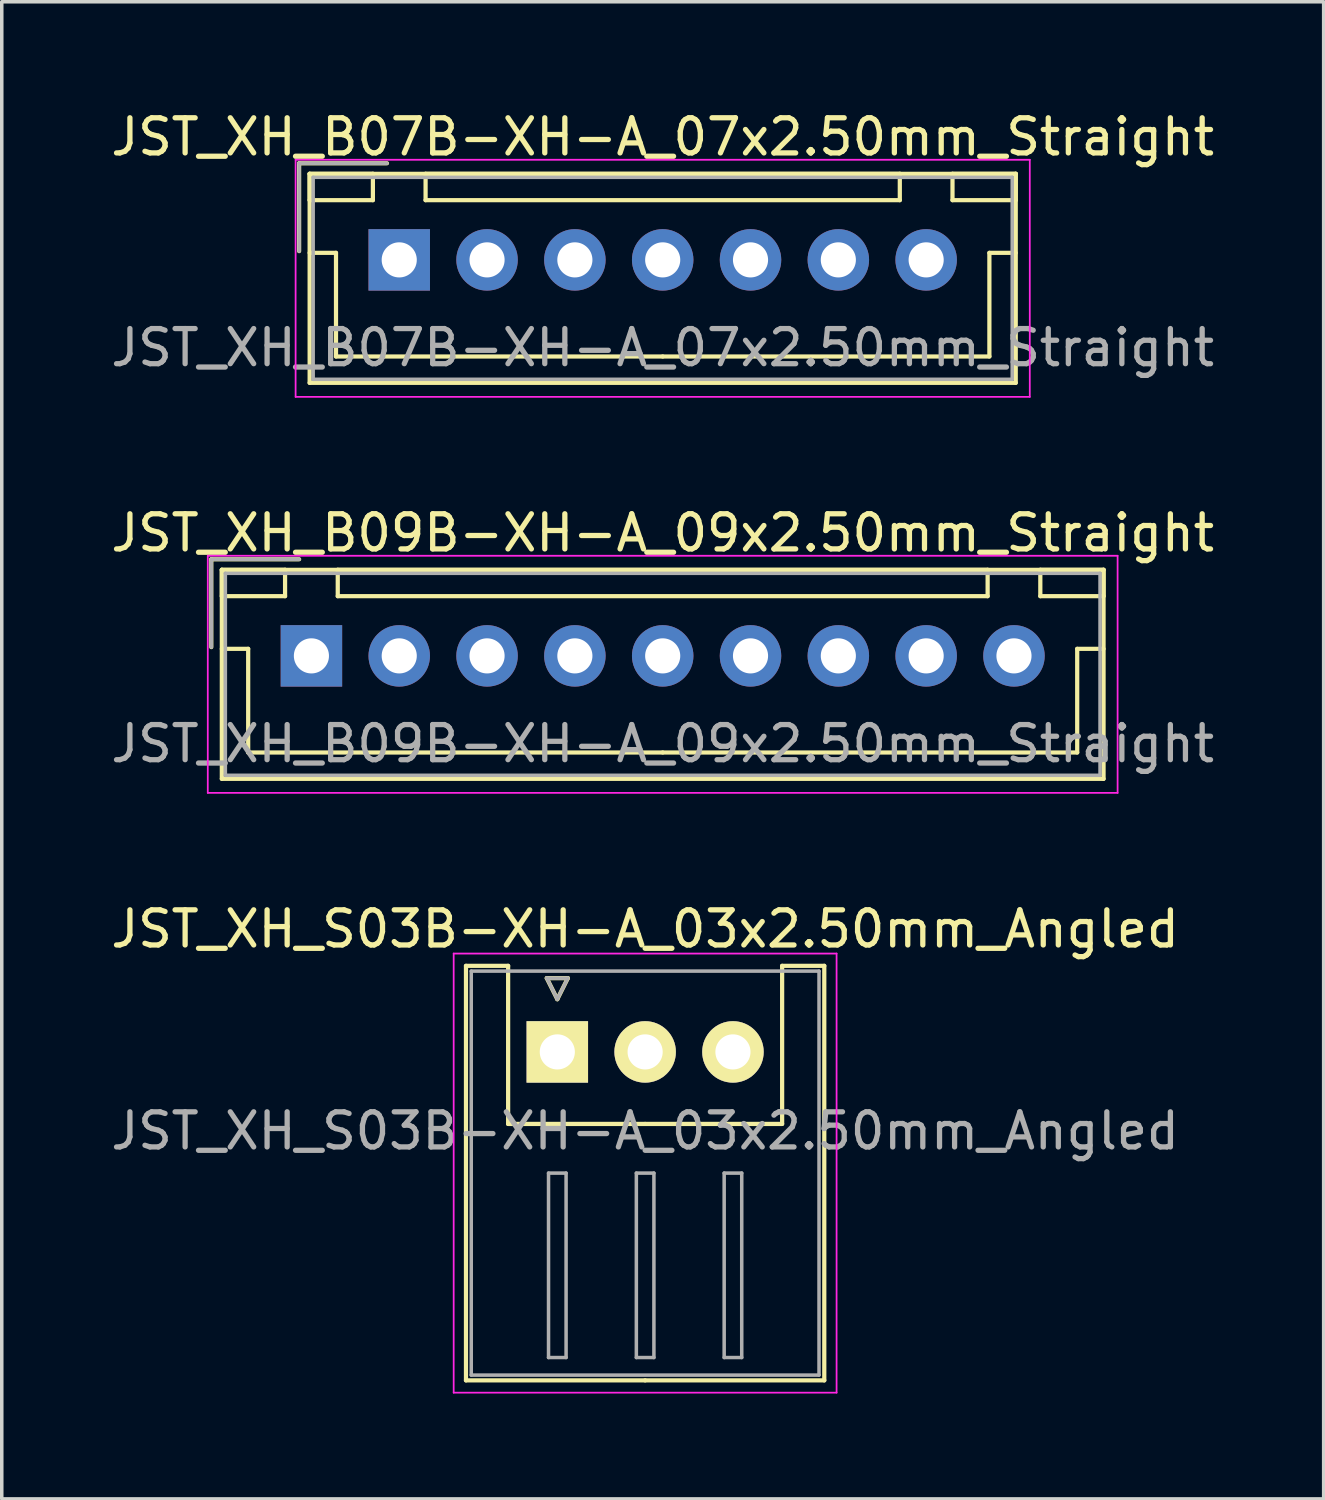
<source format=kicad_pcb>
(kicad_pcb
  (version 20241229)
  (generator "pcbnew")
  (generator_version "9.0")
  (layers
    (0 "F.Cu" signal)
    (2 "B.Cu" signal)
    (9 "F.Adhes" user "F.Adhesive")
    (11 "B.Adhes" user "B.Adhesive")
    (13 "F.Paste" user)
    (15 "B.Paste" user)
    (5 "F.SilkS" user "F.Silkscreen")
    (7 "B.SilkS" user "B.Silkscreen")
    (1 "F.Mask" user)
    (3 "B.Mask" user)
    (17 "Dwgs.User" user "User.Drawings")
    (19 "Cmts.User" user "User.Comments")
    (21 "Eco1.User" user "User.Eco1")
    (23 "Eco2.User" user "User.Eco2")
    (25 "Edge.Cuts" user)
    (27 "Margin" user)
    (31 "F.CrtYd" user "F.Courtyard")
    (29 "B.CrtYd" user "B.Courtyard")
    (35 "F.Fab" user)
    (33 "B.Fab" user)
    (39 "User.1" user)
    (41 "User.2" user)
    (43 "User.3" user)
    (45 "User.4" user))
  (footprint "JST_XH_S03B-XH-A_03x2.50mm_Angled"
    (layer "F.Cu")
    (at 12.815 26.895)
    (property "Reference" "JST_XH_S03B-XH-A_03x2.50mm_Angled" (at 2.5 -3.5 0) (layer "F.SilkS") (effects (font (size 1 1) (thickness 0.15))))
    (attr through_hole)
    (fp_line (start -2.6 -2.45) (end -1.4 -2.45) (stroke (width 0.12) (type solid)) (layer "F.SilkS"))
    (fp_line (start -2.6 9.35) (end -2.6 -2.45) (stroke (width 0.12) (type solid)) (layer "F.SilkS"))
    (fp_line (start -1.4 -2.45) (end -1.4 2.05) (stroke (width 0.12) (type solid)) (layer "F.SilkS"))
    (fp_line (start -1.4 2.05) (end 2.5 2.05) (stroke (width 0.12) (type solid)) (layer "F.SilkS"))
    (fp_line (start -0.3 -2.1) (end 0.3 -2.1) (stroke (width 0.12) (type solid)) (layer "F.SilkS"))
    (fp_line (start 0 -1.5) (end -0.3 -2.1) (stroke (width 0.12) (type solid)) (layer "F.SilkS"))
    (fp_line (start 0.3 -2.1) (end 0 -1.5) (stroke (width 0.12) (type solid)) (layer "F.SilkS"))
    (fp_line (start 2.5 9.35) (end -2.6 9.35) (stroke (width 0.12) (type solid)) (layer "F.SilkS"))
    (fp_line (start 2.5 9.35) (end 7.6 9.35) (stroke (width 0.12) (type solid)) (layer "F.SilkS"))
    (fp_line (start 6.4 -2.45) (end 6.4 2.05) (stroke (width 0.12) (type solid)) (layer "F.SilkS"))
    (fp_line (start 6.4 2.05) (end 2.5 2.05) (stroke (width 0.12) (type solid)) (layer "F.SilkS"))
    (fp_line (start 7.6 -2.45) (end 6.4 -2.45) (stroke (width 0.12) (type solid)) (layer "F.SilkS"))
    (fp_line (start 7.6 9.35) (end 7.6 -2.45) (stroke (width 0.12) (type solid)) (layer "F.SilkS"))
    (fp_line (start -2.95 -2.8) (end -2.95 9.7) (stroke (width 0.05) (type solid)) (layer "F.CrtYd"))
    (fp_line (start -2.95 9.7) (end 7.95 9.7) (stroke (width 0.05) (type solid)) (layer "F.CrtYd"))
    (fp_line (start 7.95 -2.8) (end -2.95 -2.8) (stroke (width 0.05) (type solid)) (layer "F.CrtYd"))
    (fp_line (start 7.95 9.7) (end 7.95 -2.8) (stroke (width 0.05) (type solid)) (layer "F.CrtYd"))
    (fp_line (start -2.45 -2.3) (end -2.45 9.2) (stroke (width 0.1) (type solid)) (layer "F.Fab"))
    (fp_line (start -2.45 9.2) (end 7.45 9.2) (stroke (width 0.1) (type solid)) (layer "F.Fab"))
    (fp_line (start -0.3 -2.1) (end 0.3 -2.1) (stroke (width 0.1) (type solid)) (layer "F.Fab"))
    (fp_line (start -0.25 3.45) (end -0.25 8.7) (stroke (width 0.1) (type solid)) (layer "F.Fab"))
    (fp_line (start -0.25 8.7) (end 0.25 8.7) (stroke (width 0.1) (type solid)) (layer "F.Fab"))
    (fp_line (start 0 -1.5) (end -0.3 -2.1) (stroke (width 0.1) (type solid)) (layer "F.Fab"))
    (fp_line (start 0.25 3.45) (end -0.25 3.45) (stroke (width 0.1) (type solid)) (layer "F.Fab"))
    (fp_line (start 0.25 8.7) (end 0.25 3.45) (stroke (width 0.1) (type solid)) (layer "F.Fab"))
    (fp_line (start 0.3 -2.1) (end 0 -1.5) (stroke (width 0.1) (type solid)) (layer "F.Fab"))
    (fp_line (start 2.25 3.45) (end 2.25 8.7) (stroke (width 0.1) (type solid)) (layer "F.Fab"))
    (fp_line (start 2.25 8.7) (end 2.75 8.7) (stroke (width 0.1) (type solid)) (layer "F.Fab"))
    (fp_line (start 2.75 3.45) (end 2.25 3.45) (stroke (width 0.1) (type solid)) (layer "F.Fab"))
    (fp_line (start 2.75 8.7) (end 2.75 3.45) (stroke (width 0.1) (type solid)) (layer "F.Fab"))
    (fp_line (start 4.75 3.45) (end 4.75 8.7) (stroke (width 0.1) (type solid)) (layer "F.Fab"))
    (fp_line (start 4.75 8.7) (end 5.25 8.7) (stroke (width 0.1) (type solid)) (layer "F.Fab"))
    (fp_line (start 5.25 3.45) (end 4.75 3.45) (stroke (width 0.1) (type solid)) (layer "F.Fab"))
    (fp_line (start 5.25 8.7) (end 5.25 3.45) (stroke (width 0.1) (type solid)) (layer "F.Fab"))
    (fp_line (start 7.45 -2.3) (end -2.45 -2.3) (stroke (width 0.1) (type solid)) (layer "F.Fab"))
    (fp_line (start 7.45 9.2) (end 7.45 -2.3) (stroke (width 0.1) (type solid)) (layer "F.Fab"))
    (fp_text user "${REFERENCE}" (at 2.5 2.25 0) (layer "F.Fab") (effects (font (size 1 1) (thickness 0.15))))
    (pad "1" thru_hole rect (at 0 0) (size 1.75 1.75) (drill 1) (layers "*.Cu" "*.Mask" "F.SilkS"))
    (pad "2" thru_hole circle (at 2.5 0) (size 1.75 1.75) (drill 1) (layers "*.Cu" "*.Mask" "F.SilkS"))
    (pad "3" thru_hole circle (at 5 0) (size 1.75 1.75) (drill 1) (layers "*.Cu" "*.Mask" "F.SilkS")))
  (footprint "JST_XH_B09B-XH-A_09x2.50mm_Straight"
    (layer "F.Cu")
    (at 5.815 15.621)
    (property "Reference" "JST_XH_B09B-XH-A_09x2.50mm_Straight" (at 10 -3.5 0) (layer "F.SilkS") (effects (font (size 1 1) (thickness 0.15))))
    (attr through_hole)
    (fp_line (start -2.85 -2.75) (end -2.85 -0.25) (stroke (width 0.12) (type solid)) (layer "F.SilkS"))
    (fp_line (start -2.55 -2.45) (end -2.55 -1.7) (stroke (width 0.12) (type solid)) (layer "F.SilkS"))
    (fp_line (start -2.55 -2.45) (end -2.55 3.5) (stroke (width 0.12) (type solid)) (layer "F.SilkS"))
    (fp_line (start -2.55 -1.7) (end -0.75 -1.7) (stroke (width 0.12) (type solid)) (layer "F.SilkS"))
    (fp_line (start -2.55 -0.2) (end -1.8 -0.2) (stroke (width 0.12) (type solid)) (layer "F.SilkS"))
    (fp_line (start -2.55 3.5) (end 22.55 3.5) (stroke (width 0.12) (type solid)) (layer "F.SilkS"))
    (fp_line (start -1.8 -0.2) (end -1.8 2.75) (stroke (width 0.12) (type solid)) (layer "F.SilkS"))
    (fp_line (start -1.8 2.75) (end 10 2.75) (stroke (width 0.12) (type solid)) (layer "F.SilkS"))
    (fp_line (start -0.75 -2.45) (end -2.55 -2.45) (stroke (width 0.12) (type solid)) (layer "F.SilkS"))
    (fp_line (start -0.75 -1.7) (end -0.75 -2.45) (stroke (width 0.12) (type solid)) (layer "F.SilkS"))
    (fp_line (start -0.35 -2.75) (end -2.85 -2.75) (stroke (width 0.12) (type solid)) (layer "F.SilkS"))
    (fp_line (start 0.75 -2.45) (end 0.75 -1.7) (stroke (width 0.12) (type solid)) (layer "F.SilkS"))
    (fp_line (start 0.75 -1.7) (end 19.25 -1.7) (stroke (width 0.12) (type solid)) (layer "F.SilkS"))
    (fp_line (start 19.25 -2.45) (end 0.75 -2.45) (stroke (width 0.12) (type solid)) (layer "F.SilkS"))
    (fp_line (start 19.25 -1.7) (end 19.25 -2.45) (stroke (width 0.12) (type solid)) (layer "F.SilkS"))
    (fp_line (start 20.75 -2.45) (end 20.75 -1.7) (stroke (width 0.12) (type solid)) (layer "F.SilkS"))
    (fp_line (start 20.75 -1.7) (end 22.55 -1.7) (stroke (width 0.12) (type solid)) (layer "F.SilkS"))
    (fp_line (start 21.8 -0.2) (end 21.8 2.75) (stroke (width 0.12) (type solid)) (layer "F.SilkS"))
    (fp_line (start 21.8 2.75) (end 10 2.75) (stroke (width 0.12) (type solid)) (layer "F.SilkS"))
    (fp_line (start 22.55 -2.45) (end -2.55 -2.45) (stroke (width 0.12) (type solid)) (layer "F.SilkS"))
    (fp_line (start 22.55 -2.45) (end 20.75 -2.45) (stroke (width 0.12) (type solid)) (layer "F.SilkS"))
    (fp_line (start 22.55 -1.7) (end 22.55 -2.45) (stroke (width 0.12) (type solid)) (layer "F.SilkS"))
    (fp_line (start 22.55 -0.2) (end 21.8 -0.2) (stroke (width 0.12) (type solid)) (layer "F.SilkS"))
    (fp_line (start 22.55 3.5) (end 22.55 -2.45) (stroke (width 0.12) (type solid)) (layer "F.SilkS"))
    (fp_line (start -2.95 -2.85) (end -2.95 3.9) (stroke (width 0.05) (type solid)) (layer "F.CrtYd"))
    (fp_line (start -2.95 3.9) (end 22.95 3.9) (stroke (width 0.05) (type solid)) (layer "F.CrtYd"))
    (fp_line (start 22.95 -2.85) (end -2.95 -2.85) (stroke (width 0.05) (type solid)) (layer "F.CrtYd"))
    (fp_line (start 22.95 3.9) (end 22.95 -2.85) (stroke (width 0.05) (type solid)) (layer "F.CrtYd"))
    (fp_line (start -2.85 -2.75) (end -2.85 -0.25) (stroke (width 0.1) (type solid)) (layer "F.Fab"))
    (fp_line (start -2.45 -2.35) (end -2.45 3.4) (stroke (width 0.1) (type solid)) (layer "F.Fab"))
    (fp_line (start -2.45 3.4) (end 22.45 3.4) (stroke (width 0.1) (type solid)) (layer "F.Fab"))
    (fp_line (start -0.35 -2.75) (end -2.85 -2.75) (stroke (width 0.1) (type solid)) (layer "F.Fab"))
    (fp_line (start 22.45 -2.35) (end -2.45 -2.35) (stroke (width 0.1) (type solid)) (layer "F.Fab"))
    (fp_line (start 22.45 3.4) (end 22.45 -2.35) (stroke (width 0.1) (type solid)) (layer "F.Fab"))
    (fp_text user "${REFERENCE}" (at 10 2.5 0) (layer "F.Fab") (effects (font (size 1 1) (thickness 0.15))))
    (pad "1" thru_hole rect (at 0 0) (size 1.75 1.75) (drill 1) (layers "*.Cu" "*.Mask"))
    (pad "2" thru_hole circle (at 2.5 0) (size 1.75 1.75) (drill 1) (layers "*.Cu" "*.Mask"))
    (pad "3" thru_hole circle (at 5 0) (size 1.75 1.75) (drill 1) (layers "*.Cu" "*.Mask"))
    (pad "4" thru_hole circle (at 7.5 0) (size 1.75 1.75) (drill 1) (layers "*.Cu" "*.Mask"))
    (pad "5" thru_hole circle (at 10 0) (size 1.75 1.75) (drill 1) (layers "*.Cu" "*.Mask"))
    (pad "6" thru_hole circle (at 12.5 0) (size 1.75 1.75) (drill 1) (layers "*.Cu" "*.Mask"))
    (pad "7" thru_hole circle (at 15 0) (size 1.75 1.75) (drill 1) (layers "*.Cu" "*.Mask"))
    (pad "8" thru_hole circle (at 17.5 0) (size 1.75 1.75) (drill 1) (layers "*.Cu" "*.Mask"))
    (pad "9" thru_hole circle (at 20 0) (size 1.75 1.75) (drill 1) (layers "*.Cu" "*.Mask")))
  (footprint "JST_XH_B07B-XH-A_07x2.50mm_Straight"
    (layer "F.Cu")
    (at 8.315 4.348)
    (property "Reference" "JST_XH_B07B-XH-A_07x2.50mm_Straight" (at 7.5 -3.5 0) (layer "F.SilkS") (effects (font (size 1 1) (thickness 0.15))))
    (attr through_hole)
    (fp_line (start -2.85 -2.75) (end -2.85 -0.25) (stroke (width 0.12) (type solid)) (layer "F.SilkS"))
    (fp_line (start -2.55 -2.45) (end -2.55 -1.7) (stroke (width 0.12) (type solid)) (layer "F.SilkS"))
    (fp_line (start -2.55 -2.45) (end -2.55 3.5) (stroke (width 0.12) (type solid)) (layer "F.SilkS"))
    (fp_line (start -2.55 -1.7) (end -0.75 -1.7) (stroke (width 0.12) (type solid)) (layer "F.SilkS"))
    (fp_line (start -2.55 -0.2) (end -1.8 -0.2) (stroke (width 0.12) (type solid)) (layer "F.SilkS"))
    (fp_line (start -2.55 3.5) (end 17.55 3.5) (stroke (width 0.12) (type solid)) (layer "F.SilkS"))
    (fp_line (start -1.8 -0.2) (end -1.8 2.75) (stroke (width 0.12) (type solid)) (layer "F.SilkS"))
    (fp_line (start -1.8 2.75) (end 7.5 2.75) (stroke (width 0.12) (type solid)) (layer "F.SilkS"))
    (fp_line (start -0.75 -2.45) (end -2.55 -2.45) (stroke (width 0.12) (type solid)) (layer "F.SilkS"))
    (fp_line (start -0.75 -1.7) (end -0.75 -2.45) (stroke (width 0.12) (type solid)) (layer "F.SilkS"))
    (fp_line (start -0.35 -2.75) (end -2.85 -2.75) (stroke (width 0.12) (type solid)) (layer "F.SilkS"))
    (fp_line (start 0.75 -2.45) (end 0.75 -1.7) (stroke (width 0.12) (type solid)) (layer "F.SilkS"))
    (fp_line (start 0.75 -1.7) (end 14.25 -1.7) (stroke (width 0.12) (type solid)) (layer "F.SilkS"))
    (fp_line (start 14.25 -2.45) (end 0.75 -2.45) (stroke (width 0.12) (type solid)) (layer "F.SilkS"))
    (fp_line (start 14.25 -1.7) (end 14.25 -2.45) (stroke (width 0.12) (type solid)) (layer "F.SilkS"))
    (fp_line (start 15.75 -2.45) (end 15.75 -1.7) (stroke (width 0.12) (type solid)) (layer "F.SilkS"))
    (fp_line (start 15.75 -1.7) (end 17.55 -1.7) (stroke (width 0.12) (type solid)) (layer "F.SilkS"))
    (fp_line (start 16.8 -0.2) (end 16.8 2.75) (stroke (width 0.12) (type solid)) (layer "F.SilkS"))
    (fp_line (start 16.8 2.75) (end 7.5 2.75) (stroke (width 0.12) (type solid)) (layer "F.SilkS"))
    (fp_line (start 17.55 -2.45) (end -2.55 -2.45) (stroke (width 0.12) (type solid)) (layer "F.SilkS"))
    (fp_line (start 17.55 -2.45) (end 15.75 -2.45) (stroke (width 0.12) (type solid)) (layer "F.SilkS"))
    (fp_line (start 17.55 -1.7) (end 17.55 -2.45) (stroke (width 0.12) (type solid)) (layer "F.SilkS"))
    (fp_line (start 17.55 -0.2) (end 16.8 -0.2) (stroke (width 0.12) (type solid)) (layer "F.SilkS"))
    (fp_line (start 17.55 3.5) (end 17.55 -2.45) (stroke (width 0.12) (type solid)) (layer "F.SilkS"))
    (fp_line (start -2.95 -2.85) (end -2.95 3.9) (stroke (width 0.05) (type solid)) (layer "F.CrtYd"))
    (fp_line (start -2.95 3.9) (end 17.95 3.9) (stroke (width 0.05) (type solid)) (layer "F.CrtYd"))
    (fp_line (start 17.95 -2.85) (end -2.95 -2.85) (stroke (width 0.05) (type solid)) (layer "F.CrtYd"))
    (fp_line (start 17.95 3.9) (end 17.95 -2.85) (stroke (width 0.05) (type solid)) (layer "F.CrtYd"))
    (fp_line (start -2.85 -2.75) (end -2.85 -0.25) (stroke (width 0.1) (type solid)) (layer "F.Fab"))
    (fp_line (start -2.45 -2.35) (end -2.45 3.4) (stroke (width 0.1) (type solid)) (layer "F.Fab"))
    (fp_line (start -2.45 3.4) (end 17.45 3.4) (stroke (width 0.1) (type solid)) (layer "F.Fab"))
    (fp_line (start -0.35 -2.75) (end -2.85 -2.75) (stroke (width 0.1) (type solid)) (layer "F.Fab"))
    (fp_line (start 17.45 -2.35) (end -2.45 -2.35) (stroke (width 0.1) (type solid)) (layer "F.Fab"))
    (fp_line (start 17.45 3.4) (end 17.45 -2.35) (stroke (width 0.1) (type solid)) (layer "F.Fab"))
    (fp_text user "${REFERENCE}" (at 7.5 2.5 0) (layer "F.Fab") (effects (font (size 1 1) (thickness 0.15))))
    (pad "1" thru_hole rect (at 0 0) (size 1.75 1.75) (drill 1) (layers "*.Cu" "*.Mask"))
    (pad "2" thru_hole circle (at 2.5 0) (size 1.75 1.75) (drill 1) (layers "*.Cu" "*.Mask"))
    (pad "3" thru_hole circle (at 5 0) (size 1.75 1.75) (drill 1) (layers "*.Cu" "*.Mask"))
    (pad "4" thru_hole circle (at 7.5 0) (size 1.75 1.75) (drill 1) (layers "*.Cu" "*.Mask"))
    (pad "5" thru_hole circle (at 10 0) (size 1.75 1.75) (drill 1) (layers "*.Cu" "*.Mask"))
    (pad "6" thru_hole circle (at 12.5 0) (size 1.75 1.75) (drill 1) (layers "*.Cu" "*.Mask"))
    (pad "7" thru_hole circle (at 15 0) (size 1.75 1.75) (drill 1) (layers "*.Cu" "*.Mask")))
  (gr_rect
    (start -3 -3)
    (end 34.631 39.62)
    (stroke (width 0.1) (type default))
    (fill no)
    (layer "Edge.Cuts")))
</source>
